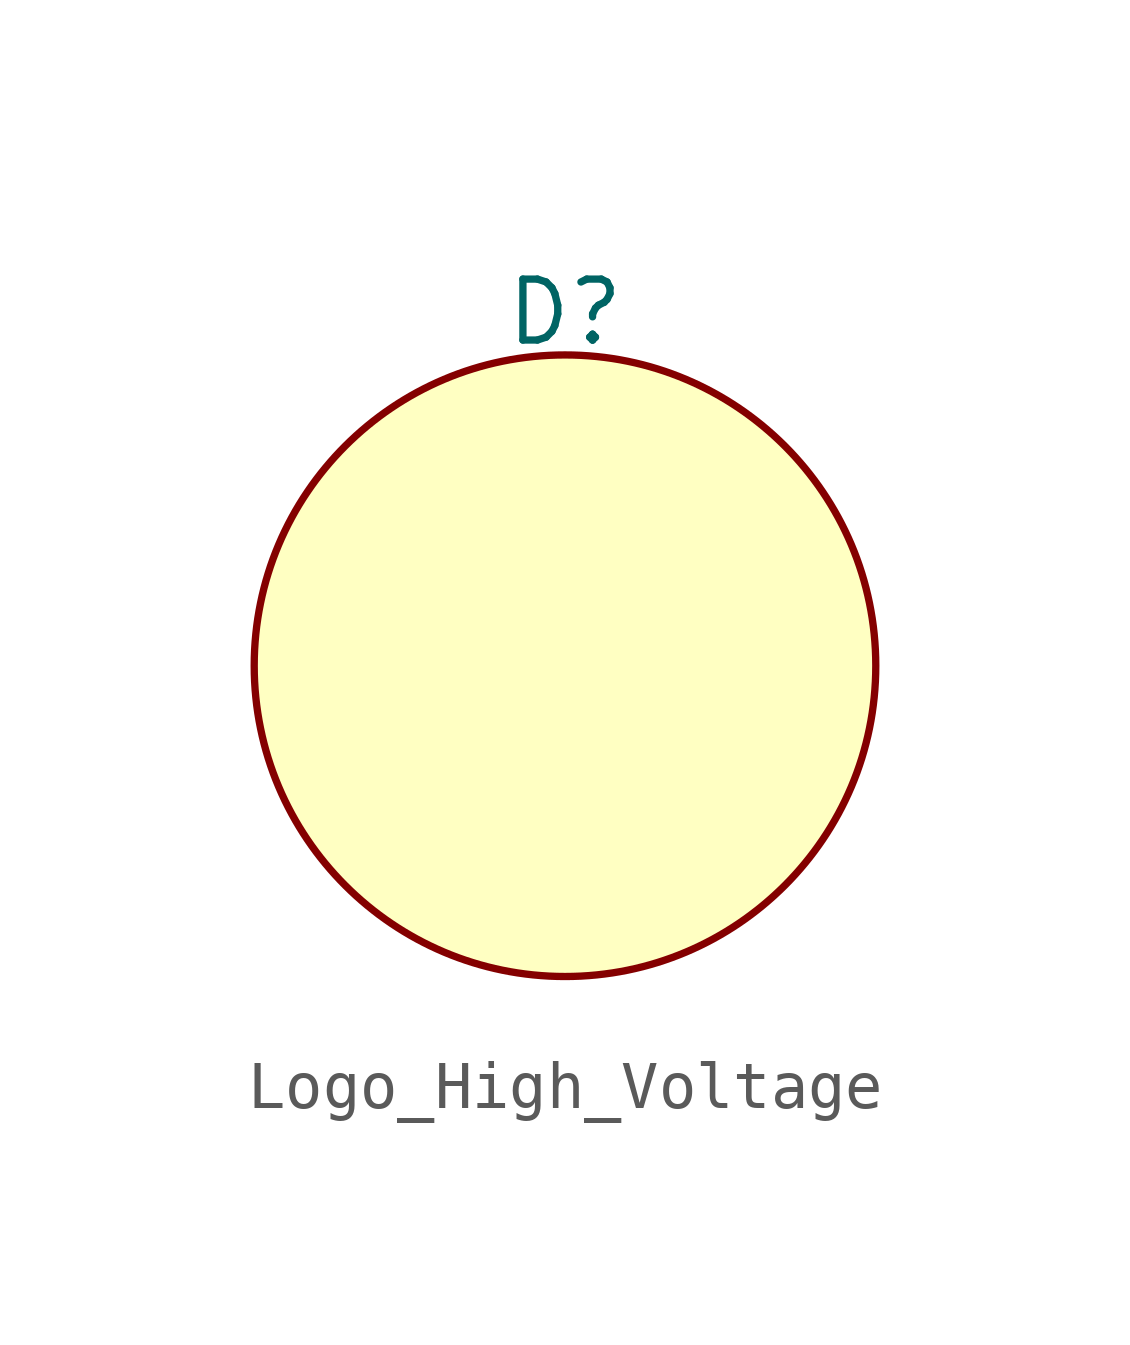
<source format=kicad_sym>
(kicad_symbol_lib
  (version 20231120)
  (generator "kicad_symbol_editor")
  (generator_version "8.0")
  (symbol "Logo_High_Voltage"
    (property "Reference" "D"
      (at 0 7.366 0)
      (effects (font (size 1.27 1.27))))
    (property "Value" ""
      (at 0 1.27 0)
      (effects (font (size 1.27 1.27))))
    (symbol "Logo_High_Voltage_1_1"
      (circle (center 0 0) (radius 6.476) (stroke (width 0) (type default)) (fill (type background))))))
</source>
